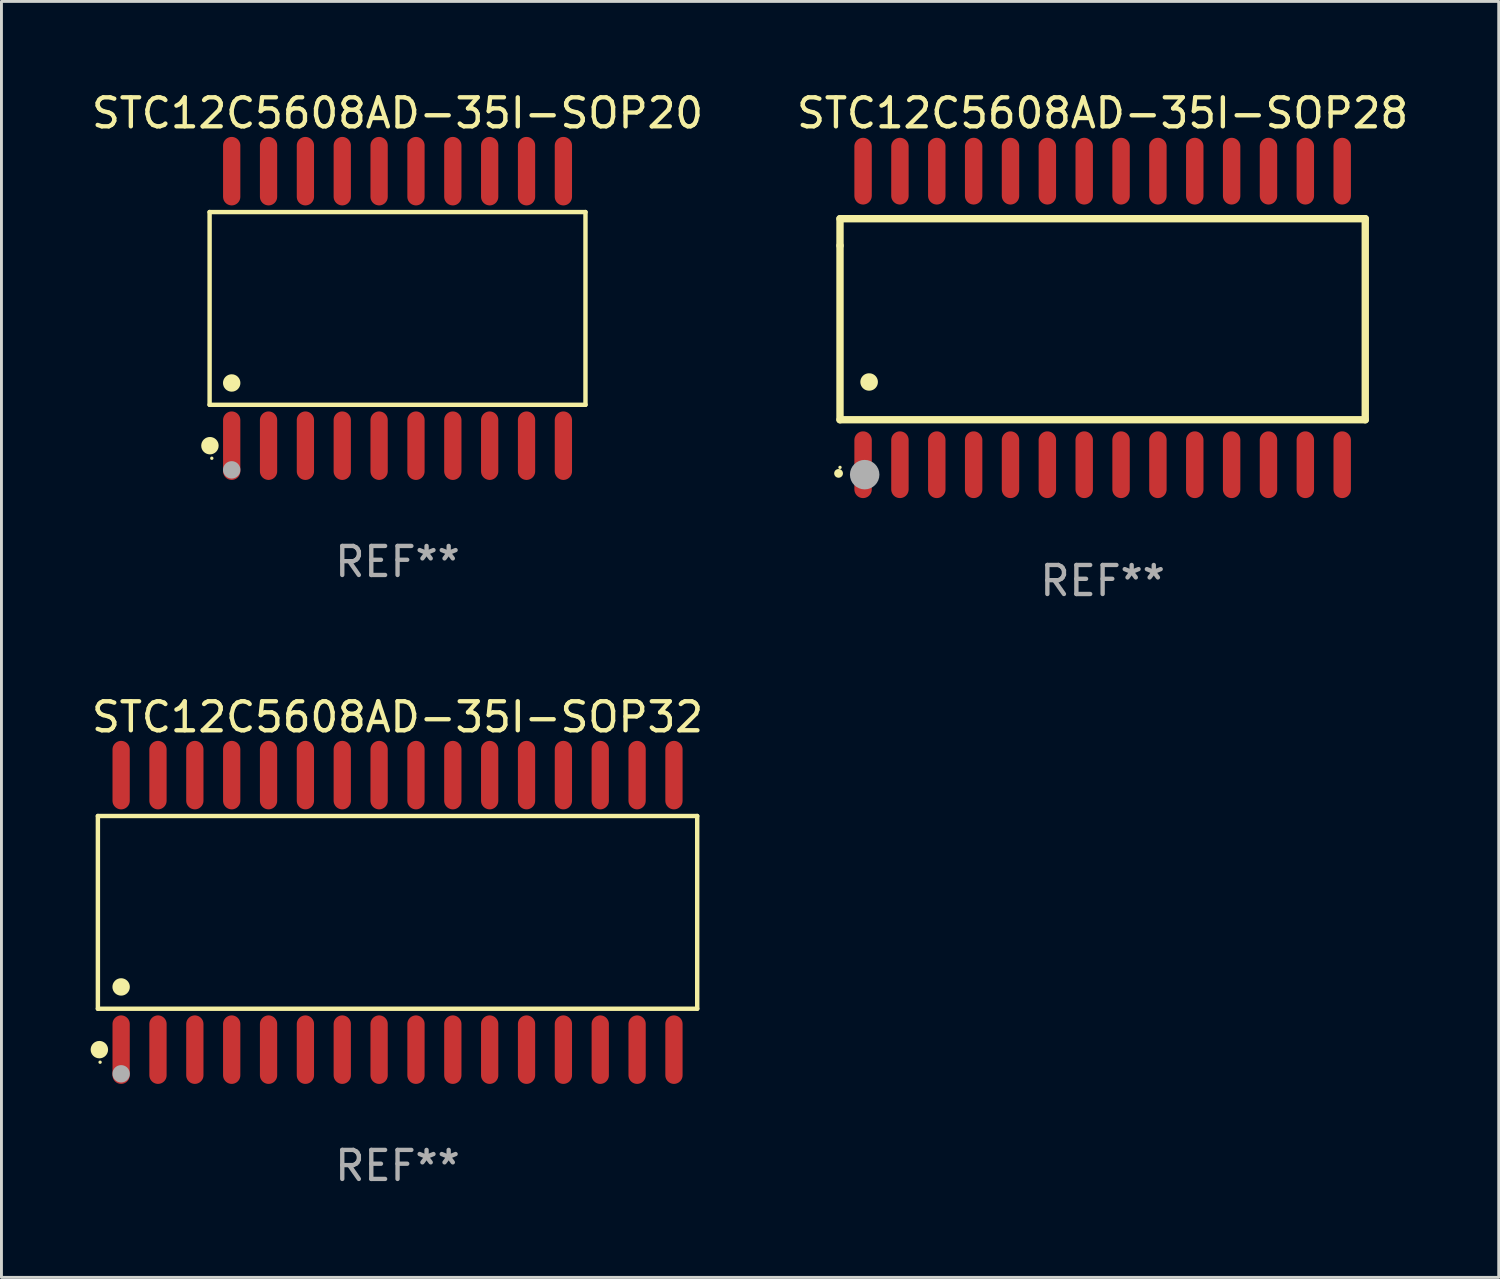
<source format=kicad_pcb>
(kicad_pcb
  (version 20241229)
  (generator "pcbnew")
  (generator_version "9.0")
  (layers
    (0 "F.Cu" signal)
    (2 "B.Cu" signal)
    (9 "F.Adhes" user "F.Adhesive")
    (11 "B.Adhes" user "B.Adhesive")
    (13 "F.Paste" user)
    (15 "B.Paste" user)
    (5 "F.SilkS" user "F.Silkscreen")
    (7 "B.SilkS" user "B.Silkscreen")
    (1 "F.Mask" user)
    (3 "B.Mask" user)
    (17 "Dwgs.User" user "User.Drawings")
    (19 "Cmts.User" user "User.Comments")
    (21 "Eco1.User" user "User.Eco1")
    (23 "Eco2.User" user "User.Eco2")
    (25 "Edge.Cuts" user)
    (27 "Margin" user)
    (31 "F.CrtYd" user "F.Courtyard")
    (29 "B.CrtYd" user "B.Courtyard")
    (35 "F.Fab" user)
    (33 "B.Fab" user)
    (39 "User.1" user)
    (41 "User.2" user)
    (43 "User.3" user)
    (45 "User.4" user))
  (footprint "STC12C5608AD-35I-SOP20"
    (layer "F.Cu")
    (at 10.649 7.578)
    (property "Reference" "STC12C5608AD-35I-SOP20" (at 0 -6.73 0) (layer "F.SilkS") (effects (font (size 1 1) (thickness 0.15))))
    (attr through_hole)
    (fp_line (start -6.476 -3.321) (end 6.476 -3.321) (stroke (width 0.152) (type solid)) (layer "F.SilkS"))
    (fp_line (start -6.476 3.321) (end -6.476 -3.321) (stroke (width 0.152) (type solid)) (layer "F.SilkS"))
    (fp_line (start 6.476 -3.321) (end 6.476 3.321) (stroke (width 0.152) (type solid)) (layer "F.SilkS"))
    (fp_line (start 6.476 3.321) (end -6.476 3.321) (stroke (width 0.152) (type solid)) (layer "F.SilkS"))
    (fp_circle (center -6.465 4.73) (end -6.315 4.73) (stroke (width 0.3) (type solid)) (fill no) (layer "F.SilkS"))
    (fp_circle (center -6.4 5.163) (end -6.37 5.163) (stroke (width 0.06) (type solid)) (fill no) (layer "F.SilkS"))
    (fp_circle (center -5.715 2.569) (end -5.565 2.569) (stroke (width 0.3) (type solid)) (fill no) (layer "F.SilkS"))
    (fp_circle (center -5.715 5.563) (end -5.565 5.563) (stroke (width 0.3) (type solid)) (fill no) (layer "F.Fab"))
    (fp_text user "REF**" (at 0 8.73 0) (layer "F.Fab") (effects (font (size 1 1) (thickness 0.15))))
    (pad "1" smd oval (at -5.715 4.73) (size 0.595 2.36) (layers "F.Cu" "F.Mask" "F.Paste"))
    (pad "2" smd oval (at -4.445 4.73) (size 0.595 2.36) (layers "F.Cu" "F.Mask" "F.Paste"))
    (pad "3" smd oval (at -3.175 4.73) (size 0.595 2.36) (layers "F.Cu" "F.Mask" "F.Paste"))
    (pad "4" smd oval (at -1.905 4.73) (size 0.595 2.36) (layers "F.Cu" "F.Mask" "F.Paste"))
    (pad "5" smd oval (at -0.635 4.73) (size 0.595 2.36) (layers "F.Cu" "F.Mask" "F.Paste"))
    (pad "6" smd oval (at 0.635 4.73) (size 0.595 2.36) (layers "F.Cu" "F.Mask" "F.Paste"))
    (pad "7" smd oval (at 1.905 4.73) (size 0.595 2.36) (layers "F.Cu" "F.Mask" "F.Paste"))
    (pad "8" smd oval (at 3.175 4.73) (size 0.595 2.36) (layers "F.Cu" "F.Mask" "F.Paste"))
    (pad "9" smd oval (at 4.445 4.73) (size 0.595 2.36) (layers "F.Cu" "F.Mask" "F.Paste"))
    (pad "10" smd oval (at 5.715 4.73) (size 0.595 2.36) (layers "F.Cu" "F.Mask" "F.Paste"))
    (pad "11" smd oval (at 5.715 -4.73) (size 0.595 2.36) (layers "F.Cu" "F.Mask" "F.Paste"))
    (pad "12" smd oval (at 4.445 -4.73) (size 0.595 2.36) (layers "F.Cu" "F.Mask" "F.Paste"))
    (pad "13" smd oval (at 3.175 -4.73) (size 0.595 2.36) (layers "F.Cu" "F.Mask" "F.Paste"))
    (pad "14" smd oval (at 1.905 -4.73) (size 0.595 2.36) (layers "F.Cu" "F.Mask" "F.Paste"))
    (pad "15" smd oval (at 0.635 -4.73) (size 0.595 2.36) (layers "F.Cu" "F.Mask" "F.Paste"))
    (pad "16" smd oval (at -0.635 -4.73) (size 0.595 2.36) (layers "F.Cu" "F.Mask" "F.Paste"))
    (pad "17" smd oval (at -1.905 -4.73) (size 0.595 2.36) (layers "F.Cu" "F.Mask" "F.Paste"))
    (pad "18" smd oval (at -3.175 -4.73) (size 0.595 2.36) (layers "F.Cu" "F.Mask" "F.Paste"))
    (pad "19" smd oval (at -4.445 -4.73) (size 0.595 2.36) (layers "F.Cu" "F.Mask" "F.Paste"))
    (pad "20" smd oval (at -5.715 -4.73) (size 0.595 2.36) (layers "F.Cu" "F.Mask" "F.Paste")))
  (footprint "STC12C5608AD-35I-SOP28"
    (layer "F.Cu")
    (at 34.946 7.906)
    (property "Reference" "STC12C5608AD-35I-SOP28" (at 0 -7.058 0) (layer "F.SilkS") (effects (font (size 1 1) (thickness 0.15))))
    (attr through_hole)
    (fp_line (start -9.05 -3.42) (end 9.05 -3.42) (stroke (width 0.254) (type solid)) (layer "F.SilkS"))
    (fp_line (start -9.05 -2.492) (end -9.05 -3.42) (stroke (width 0.254) (type solid)) (layer "F.SilkS"))
    (fp_line (start -9.05 3.508) (end -9.05 -2.492) (stroke (width 0.254) (type solid)) (layer "F.SilkS"))
    (fp_line (start 9.05 -3.42) (end 9.05 3.508) (stroke (width 0.254) (type solid)) (layer "F.SilkS"))
    (fp_line (start 9.05 3.508) (end -9.05 3.508) (stroke (width 0.254) (type solid)) (layer "F.SilkS"))
    (fp_arc (start -9.100838 5.35649) (mid -9.099568 5.356485) (end -9.098298 5.35649) (stroke (width 0.3) (type solid)) (layer "F.SilkS"))
    (fp_arc (start -8.049276 2.206883) (mid -8.046736 2.206872) (end -8.044196 2.206883) (stroke (width 0.6) (type solid)) (layer "F.SilkS"))
    (fp_circle (center -9.05 5.15) (end -9.02 5.15) (stroke (width 0.06) (type solid)) (fill no) (layer "F.SilkS"))
    (fp_circle (center -8.2 5.4) (end -7.946 5.4) (stroke (width 0.508) (type solid)) (fill no) (layer "F.Fab"))
    (fp_text user "REF**" (at 0 9.058 0) (layer "F.Fab") (effects (font (size 1 1) (thickness 0.15))))
    (pad "1" smd oval (at -8.255 5.058 180) (size 0.6 2.3) (layers "F.Cu" "F.Mask" "F.Paste"))
    (pad "2" smd oval (at -6.985 5.058 180) (size 0.6 2.3) (layers "F.Cu" "F.Mask" "F.Paste"))
    (pad "3" smd oval (at -5.715 5.058 180) (size 0.6 2.3) (layers "F.Cu" "F.Mask" "F.Paste"))
    (pad "4" smd oval (at -4.445 5.058 180) (size 0.6 2.3) (layers "F.Cu" "F.Mask" "F.Paste"))
    (pad "5" smd oval (at -3.175 5.058 180) (size 0.6 2.3) (layers "F.Cu" "F.Mask" "F.Paste"))
    (pad "6" smd oval (at -1.905 5.058 180) (size 0.6 2.3) (layers "F.Cu" "F.Mask" "F.Paste"))
    (pad "7" smd oval (at -0.635 5.058 180) (size 0.6 2.3) (layers "F.Cu" "F.Mask" "F.Paste"))
    (pad "8" smd oval (at 0.635 5.058 180) (size 0.6 2.3) (layers "F.Cu" "F.Mask" "F.Paste"))
    (pad "9" smd oval (at 1.905 5.058 180) (size 0.6 2.3) (layers "F.Cu" "F.Mask" "F.Paste"))
    (pad "10" smd oval (at 3.175 5.058 180) (size 0.6 2.3) (layers "F.Cu" "F.Mask" "F.Paste"))
    (pad "11" smd oval (at 4.445 5.058 180) (size 0.6 2.3) (layers "F.Cu" "F.Mask" "F.Paste"))
    (pad "12" smd oval (at 5.715 5.058 180) (size 0.6 2.3) (layers "F.Cu" "F.Mask" "F.Paste"))
    (pad "13" smd oval (at 6.985 5.058 180) (size 0.6 2.3) (layers "F.Cu" "F.Mask" "F.Paste"))
    (pad "14" smd oval (at 8.255 5.058 180) (size 0.6 2.3) (layers "F.Cu" "F.Mask" "F.Paste"))
    (pad "15" smd oval (at 8.255 -5.058 180) (size 0.6 2.3) (layers "F.Cu" "F.Mask" "F.Paste"))
    (pad "16" smd oval (at 6.985 -5.058 180) (size 0.6 2.3) (layers "F.Cu" "F.Mask" "F.Paste"))
    (pad "17" smd oval (at 5.715 -5.058 180) (size 0.6 2.3) (layers "F.Cu" "F.Mask" "F.Paste"))
    (pad "18" smd oval (at 4.445 -5.058 180) (size 0.6 2.3) (layers "F.Cu" "F.Mask" "F.Paste"))
    (pad "19" smd oval (at 3.175 -5.058 180) (size 0.6 2.3) (layers "F.Cu" "F.Mask" "F.Paste"))
    (pad "20" smd oval (at 1.905 -5.058 180) (size 0.6 2.3) (layers "F.Cu" "F.Mask" "F.Paste"))
    (pad "21" smd oval (at 0.635 -5.058 180) (size 0.6 2.3) (layers "F.Cu" "F.Mask" "F.Paste"))
    (pad "22" smd oval (at -0.635 -5.058 180) (size 0.6 2.3) (layers "F.Cu" "F.Mask" "F.Paste"))
    (pad "23" smd oval (at -1.905 -5.058 180) (size 0.6 2.3) (layers "F.Cu" "F.Mask" "F.Paste"))
    (pad "24" smd oval (at -3.175 -5.058 180) (size 0.6 2.3) (layers "F.Cu" "F.Mask" "F.Paste"))
    (pad "25" smd oval (at -4.445 -5.058 180) (size 0.6 2.3) (layers "F.Cu" "F.Mask" "F.Paste"))
    (pad "26" smd oval (at -5.715 -5.058 180) (size 0.6 2.3) (layers "F.Cu" "F.Mask" "F.Paste"))
    (pad "27" smd oval (at -6.985 -5.058 180) (size 0.6 2.3) (layers "F.Cu" "F.Mask" "F.Paste"))
    (pad "28" smd oval (at -8.255 -5.058 180) (size 0.6 2.3) (layers "F.Cu" "F.Mask" "F.Paste")))
  (footprint "STC12C5608AD-35I-SOP32"
    (layer "F.Cu")
    (at 10.649 28.39)
    (property "Reference" "STC12C5608AD-35I-SOP32" (at 0 -6.73 0) (layer "F.SilkS") (effects (font (size 1 1) (thickness 0.15))))
    (attr through_hole)
    (fp_line (start -10.326 -3.321) (end 10.326 -3.321) (stroke (width 0.152) (type solid)) (layer "F.SilkS"))
    (fp_line (start -10.326 3.321) (end -10.326 -3.321) (stroke (width 0.152) (type solid)) (layer "F.SilkS"))
    (fp_line (start 10.326 -3.321) (end 10.326 3.321) (stroke (width 0.152) (type solid)) (layer "F.SilkS"))
    (fp_line (start 10.326 3.321) (end -10.326 3.321) (stroke (width 0.152) (type solid)) (layer "F.SilkS"))
    (fp_circle (center -10.275 4.73) (end -10.125 4.73) (stroke (width 0.3) (type solid)) (fill no) (layer "F.SilkS"))
    (fp_circle (center -10.25 5.163) (end -10.22 5.163) (stroke (width 0.06) (type solid)) (fill no) (layer "F.SilkS"))
    (fp_circle (center -9.525 2.569) (end -9.375 2.569) (stroke (width 0.3) (type solid)) (fill no) (layer "F.SilkS"))
    (fp_circle (center -9.525 5.563) (end -9.375 5.563) (stroke (width 0.3) (type solid)) (fill no) (layer "F.Fab"))
    (fp_text user "REF**" (at 0 8.73 0) (layer "F.Fab") (effects (font (size 1 1) (thickness 0.15))))
    (pad "1" smd oval (at -9.525 4.73) (size 0.595 2.36) (layers "F.Cu" "F.Mask" "F.Paste"))
    (pad "2" smd oval (at -8.255 4.73) (size 0.595 2.36) (layers "F.Cu" "F.Mask" "F.Paste"))
    (pad "3" smd oval (at -6.985 4.73) (size 0.595 2.36) (layers "F.Cu" "F.Mask" "F.Paste"))
    (pad "4" smd oval (at -5.715 4.73) (size 0.595 2.36) (layers "F.Cu" "F.Mask" "F.Paste"))
    (pad "5" smd oval (at -4.445 4.73) (size 0.595 2.36) (layers "F.Cu" "F.Mask" "F.Paste"))
    (pad "6" smd oval (at -3.175 4.73) (size 0.595 2.36) (layers "F.Cu" "F.Mask" "F.Paste"))
    (pad "7" smd oval (at -1.905 4.73) (size 0.595 2.36) (layers "F.Cu" "F.Mask" "F.Paste"))
    (pad "8" smd oval (at -0.635 4.73) (size 0.595 2.36) (layers "F.Cu" "F.Mask" "F.Paste"))
    (pad "9" smd oval (at 0.635 4.73) (size 0.595 2.36) (layers "F.Cu" "F.Mask" "F.Paste"))
    (pad "10" smd oval (at 1.905 4.73) (size 0.595 2.36) (layers "F.Cu" "F.Mask" "F.Paste"))
    (pad "11" smd oval (at 3.175 4.73) (size 0.595 2.36) (layers "F.Cu" "F.Mask" "F.Paste"))
    (pad "12" smd oval (at 4.445 4.73) (size 0.595 2.36) (layers "F.Cu" "F.Mask" "F.Paste"))
    (pad "13" smd oval (at 5.715 4.73) (size 0.595 2.36) (layers "F.Cu" "F.Mask" "F.Paste"))
    (pad "14" smd oval (at 6.985 4.73) (size 0.595 2.36) (layers "F.Cu" "F.Mask" "F.Paste"))
    (pad "15" smd oval (at 8.255 4.73) (size 0.595 2.36) (layers "F.Cu" "F.Mask" "F.Paste"))
    (pad "16" smd oval (at 9.525 4.73) (size 0.595 2.36) (layers "F.Cu" "F.Mask" "F.Paste"))
    (pad "17" smd oval (at 9.525 -4.73) (size 0.595 2.36) (layers "F.Cu" "F.Mask" "F.Paste"))
    (pad "18" smd oval (at 8.255 -4.73) (size 0.595 2.36) (layers "F.Cu" "F.Mask" "F.Paste"))
    (pad "19" smd oval (at 6.985 -4.73) (size 0.595 2.36) (layers "F.Cu" "F.Mask" "F.Paste"))
    (pad "20" smd oval (at 5.715 -4.73) (size 0.595 2.36) (layers "F.Cu" "F.Mask" "F.Paste"))
    (pad "21" smd oval (at 4.445 -4.73) (size 0.595 2.36) (layers "F.Cu" "F.Mask" "F.Paste"))
    (pad "22" smd oval (at 3.175 -4.73) (size 0.595 2.36) (layers "F.Cu" "F.Mask" "F.Paste"))
    (pad "23" smd oval (at 1.905 -4.73) (size 0.595 2.36) (layers "F.Cu" "F.Mask" "F.Paste"))
    (pad "24" smd oval (at 0.635 -4.73) (size 0.595 2.36) (layers "F.Cu" "F.Mask" "F.Paste"))
    (pad "25" smd oval (at -0.635 -4.73) (size 0.595 2.36) (layers "F.Cu" "F.Mask" "F.Paste"))
    (pad "26" smd oval (at -1.905 -4.73) (size 0.595 2.36) (layers "F.Cu" "F.Mask" "F.Paste"))
    (pad "27" smd oval (at -3.175 -4.73) (size 0.595 2.36) (layers "F.Cu" "F.Mask" "F.Paste"))
    (pad "28" smd oval (at -4.445 -4.73) (size 0.595 2.36) (layers "F.Cu" "F.Mask" "F.Paste"))
    (pad "29" smd oval (at -5.715 -4.73) (size 0.595 2.36) (layers "F.Cu" "F.Mask" "F.Paste"))
    (pad "30" smd oval (at -6.985 -4.73) (size 0.595 2.36) (layers "F.Cu" "F.Mask" "F.Paste"))
    (pad "31" smd oval (at -8.255 -4.73) (size 0.595 2.36) (layers "F.Cu" "F.Mask" "F.Paste"))
    (pad "32" smd oval (at -9.525 -4.73) (size 0.595 2.36) (layers "F.Cu" "F.Mask" "F.Paste")))
  (gr_rect
    (start -3 -3)
    (end 48.595 40.968)
    (stroke (width 0.1) (type default))
    (fill no)
    (layer "Edge.Cuts")))
</source>
